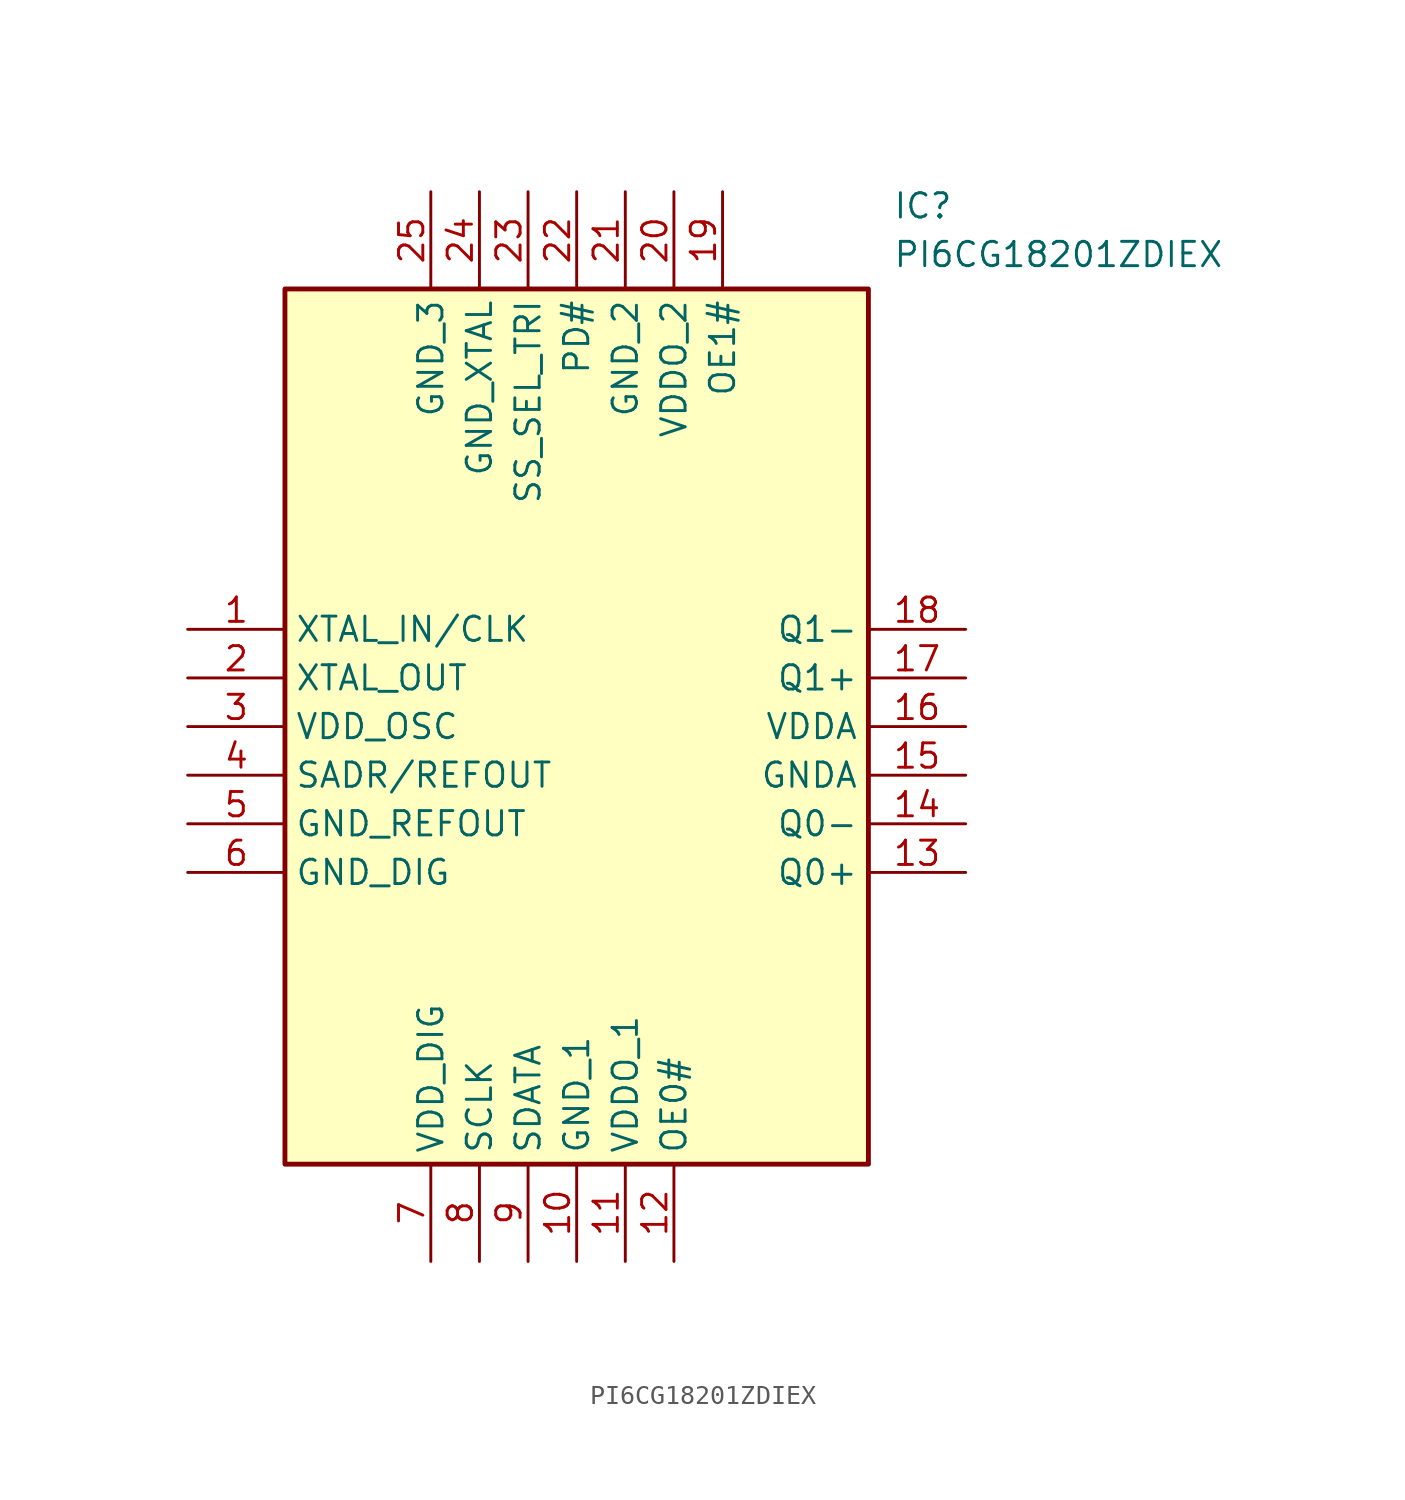
<source format=kicad_sym>
(kicad_symbol_lib
  (version 20211014)
  (generator SamacSys_ECAD_Model)
  (symbol "PI6CG18201ZDIEX"
    (property "Reference" "IC"
      (at 36.83 22.86 0)
      (effects (font (size 1.27 1.27)) (justify left top)))
    (property "Value" "PI6CG18201ZDIEX"
      (at 36.83 20.32 0)
      (effects (font (size 1.27 1.27)) (justify left top)))
    (rectangle
      (start 5.08 17.78)
      (end 35.56 -27.94)
      (stroke (width 0.254) (type default))
      (fill (type background)))
    (pin passive line
      (at 0 0 0)
      (length 5.08)
      (name "XTAL_IN/CLK" (effects (font (size 1.27 1.27))))
      (number "1" (effects (font (size 1.27 1.27)))))
    (pin passive line
      (at 0 -2.54 0)
      (length 5.08)
      (name "XTAL_OUT" (effects (font (size 1.27 1.27))))
      (number "2" (effects (font (size 1.27 1.27)))))
    (pin passive line
      (at 0 -5.08 0)
      (length 5.08)
      (name "VDD_OSC" (effects (font (size 1.27 1.27))))
      (number "3" (effects (font (size 1.27 1.27)))))
    (pin passive line
      (at 0 -7.62 0)
      (length 5.08)
      (name "SADR/REFOUT" (effects (font (size 1.27 1.27))))
      (number "4" (effects (font (size 1.27 1.27)))))
    (pin passive line
      (at 0 -10.16 0)
      (length 5.08)
      (name "GND_REFOUT" (effects (font (size 1.27 1.27))))
      (number "5" (effects (font (size 1.27 1.27)))))
    (pin passive line
      (at 0 -12.7 0)
      (length 5.08)
      (name "GND_DIG" (effects (font (size 1.27 1.27))))
      (number "6" (effects (font (size 1.27 1.27)))))
    (pin passive line
      (at 12.7 -33.02 90)
      (length 5.08)
      (name "VDD_DIG" (effects (font (size 1.27 1.27))))
      (number "7" (effects (font (size 1.27 1.27)))))
    (pin passive line
      (at 15.24 -33.02 90)
      (length 5.08)
      (name "SCLK" (effects (font (size 1.27 1.27))))
      (number "8" (effects (font (size 1.27 1.27)))))
    (pin passive line
      (at 17.78 -33.02 90)
      (length 5.08)
      (name "SDATA" (effects (font (size 1.27 1.27))))
      (number "9" (effects (font (size 1.27 1.27)))))
    (pin passive line
      (at 20.32 -33.02 90)
      (length 5.08)
      (name "GND_1" (effects (font (size 1.27 1.27))))
      (number "10" (effects (font (size 1.27 1.27)))))
    (pin passive line
      (at 22.86 -33.02 90)
      (length 5.08)
      (name "VDDO_1" (effects (font (size 1.27 1.27))))
      (number "11" (effects (font (size 1.27 1.27)))))
    (pin passive line
      (at 25.4 -33.02 90)
      (length 5.08)
      (name "OE0#" (effects (font (size 1.27 1.27))))
      (number "12" (effects (font (size 1.27 1.27)))))
    (pin passive line
      (at 40.64 0 180)
      (length 5.08)
      (name "Q1-" (effects (font (size 1.27 1.27))))
      (number "18" (effects (font (size 1.27 1.27)))))
    (pin passive line
      (at 40.64 -2.54 180)
      (length 5.08)
      (name "Q1+" (effects (font (size 1.27 1.27))))
      (number "17" (effects (font (size 1.27 1.27)))))
    (pin passive line
      (at 40.64 -5.08 180)
      (length 5.08)
      (name "VDDA" (effects (font (size 1.27 1.27))))
      (number "16" (effects (font (size 1.27 1.27)))))
    (pin passive line
      (at 40.64 -7.62 180)
      (length 5.08)
      (name "GNDA" (effects (font (size 1.27 1.27))))
      (number "15" (effects (font (size 1.27 1.27)))))
    (pin passive line
      (at 40.64 -10.16 180)
      (length 5.08)
      (name "Q0-" (effects (font (size 1.27 1.27))))
      (number "14" (effects (font (size 1.27 1.27)))))
    (pin passive line
      (at 40.64 -12.7 180)
      (length 5.08)
      (name "Q0+" (effects (font (size 1.27 1.27))))
      (number "13" (effects (font (size 1.27 1.27)))))
    (pin passive line
      (at 12.7 22.86 270)
      (length 5.08)
      (name "GND_3" (effects (font (size 1.27 1.27))))
      (number "25" (effects (font (size 1.27 1.27)))))
    (pin passive line
      (at 15.24 22.86 270)
      (length 5.08)
      (name "GND_XTAL" (effects (font (size 1.27 1.27))))
      (number "24" (effects (font (size 1.27 1.27)))))
    (pin passive line
      (at 17.78 22.86 270)
      (length 5.08)
      (name "SS_SEL_TRI" (effects (font (size 1.27 1.27))))
      (number "23" (effects (font (size 1.27 1.27)))))
    (pin passive line
      (at 20.32 22.86 270)
      (length 5.08)
      (name "PD#" (effects (font (size 1.27 1.27))))
      (number "22" (effects (font (size 1.27 1.27)))))
    (pin passive line
      (at 22.86 22.86 270)
      (length 5.08)
      (name "GND_2" (effects (font (size 1.27 1.27))))
      (number "21" (effects (font (size 1.27 1.27)))))
    (pin passive line
      (at 25.4 22.86 270)
      (length 5.08)
      (name "VDDO_2" (effects (font (size 1.27 1.27))))
      (number "20" (effects (font (size 1.27 1.27)))))
    (pin passive line
      (at 27.94 22.86 270)
      (length 5.08)
      (name "OE1#" (effects (font (size 1.27 1.27))))
      (number "19" (effects (font (size 1.27 1.27)))))))
</source>
